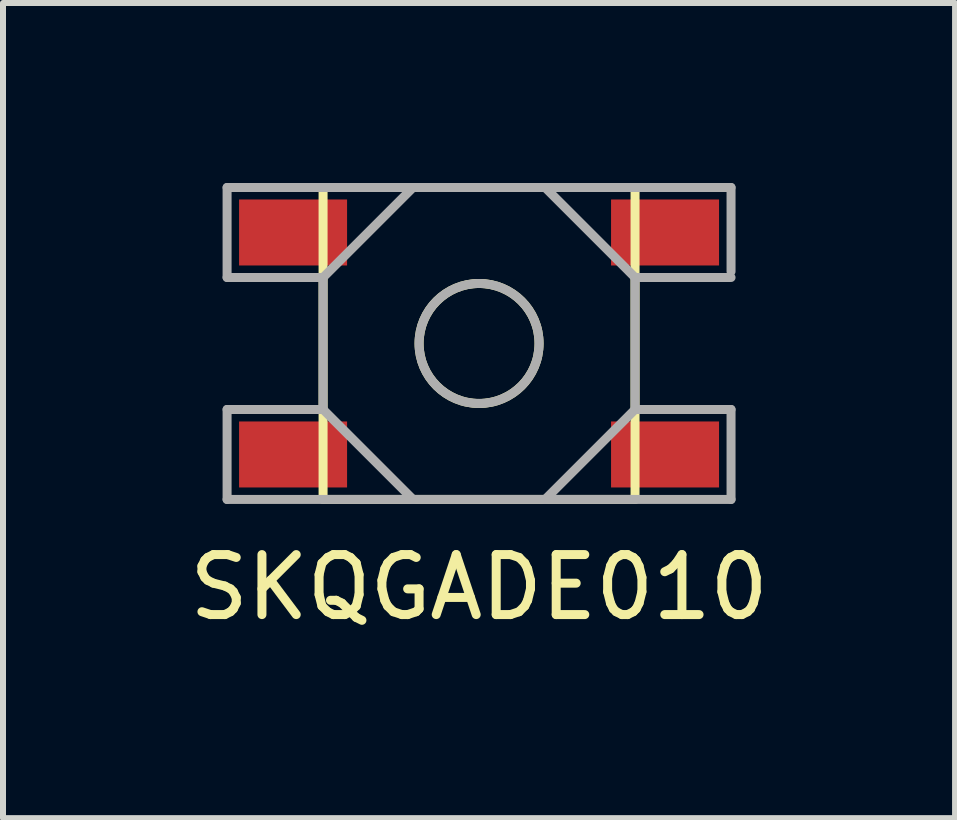
<source format=kicad_pcb>
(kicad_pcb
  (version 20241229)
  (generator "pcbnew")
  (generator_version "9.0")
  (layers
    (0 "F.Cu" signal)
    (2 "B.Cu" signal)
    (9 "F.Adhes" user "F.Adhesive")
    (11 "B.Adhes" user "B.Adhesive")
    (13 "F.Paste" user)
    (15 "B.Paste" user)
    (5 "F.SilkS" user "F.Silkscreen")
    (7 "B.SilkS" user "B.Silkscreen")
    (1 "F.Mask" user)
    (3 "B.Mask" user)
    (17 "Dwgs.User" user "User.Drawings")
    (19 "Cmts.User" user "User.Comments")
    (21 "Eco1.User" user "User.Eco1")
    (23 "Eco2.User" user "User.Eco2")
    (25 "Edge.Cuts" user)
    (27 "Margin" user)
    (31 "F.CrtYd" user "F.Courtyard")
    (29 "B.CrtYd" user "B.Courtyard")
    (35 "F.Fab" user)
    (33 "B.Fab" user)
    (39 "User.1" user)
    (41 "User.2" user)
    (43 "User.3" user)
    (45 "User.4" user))
  (footprint "SKQGADE010"
    (layer "F.Cu")
    (at 4.935 2.675)
    (property "Reference" "SKQGADE010" (at 0 4.064 0) (layer "F.SilkS") (effects (font (size 1 1) (thickness 0.15))))
    (attr through_hole)
    (fp_line (start -2.6 -2.6) (end 2.6 -2.6) (stroke (width 0.15) (type solid)) (layer "F.SilkS"))
    (fp_line (start -2.6 2.6) (end -2.6 -2.6) (stroke (width 0.15) (type solid)) (layer "F.SilkS"))
    (fp_line (start 2.6 -2.6) (end 2.6 2.6) (stroke (width 0.15) (type solid)) (layer "F.SilkS"))
    (fp_line (start 2.6 2.6) (end -2.6 2.6) (stroke (width 0.15) (type solid)) (layer "F.SilkS"))
    (fp_circle (center 0 0) (end 1 0) (stroke (width 0.15) (type solid)) (fill no) (layer "F.SilkS"))
    (fp_line (start -4.2 -2.6) (end 4.2 -2.6) (stroke (width 0.15) (type solid)) (layer "F.Fab"))
    (fp_line (start -4.2 -1.1) (end -4.2 -2.6) (stroke (width 0.15) (type solid)) (layer "F.Fab"))
    (fp_line (start -4.2 1.1) (end -2.6 1.1) (stroke (width 0.15) (type solid)) (layer "F.Fab"))
    (fp_line (start -4.2 2.6) (end -4.2 1.1) (stroke (width 0.15) (type solid)) (layer "F.Fab"))
    (fp_line (start -2.6 -1.1) (end -4.2 -1.1) (stroke (width 0.15) (type solid)) (layer "F.Fab"))
    (fp_line (start -2.6 -1.1) (end -1.1 -2.6) (stroke (width 0.15) (type solid)) (layer "F.Fab"))
    (fp_line (start -2.6 1.1) (end -2.6 -1.1) (stroke (width 0.15) (type solid)) (layer "F.Fab"))
    (fp_line (start -2.6 1.1) (end -1.1 2.6) (stroke (width 0.15) (type solid)) (layer "F.Fab"))
    (fp_line (start 2.6 -1.1) (end 1.1 -2.6) (stroke (width 0.15) (type solid)) (layer "F.Fab"))
    (fp_line (start 2.6 -1.1) (end 2.6 1.1) (stroke (width 0.15) (type solid)) (layer "F.Fab"))
    (fp_line (start 2.6 1.1) (end 1.1 2.6) (stroke (width 0.15) (type solid)) (layer "F.Fab"))
    (fp_line (start 2.6 1.1) (end 4.2 1.1) (stroke (width 0.15) (type solid)) (layer "F.Fab"))
    (fp_line (start 4.2 -2.6) (end 4.2 -1.2) (stroke (width 0.15) (type solid)) (layer "F.Fab"))
    (fp_line (start 4.2 -1.1) (end 2.6 -1.1) (stroke (width 0.15) (type solid)) (layer "F.Fab"))
    (fp_line (start 4.2 1.1) (end 4.2 2.6) (stroke (width 0.15) (type solid)) (layer "F.Fab"))
    (fp_line (start 4.2 2.6) (end -4.2 2.6) (stroke (width 0.15) (type solid)) (layer "F.Fab"))
    (fp_circle (center 0 0) (end 1 0) (stroke (width 0.15) (type solid)) (fill no) (layer "F.Fab"))
    (pad "1" smd rect (at 3.1 1.85) (size 1.8 1.1) (layers "F.Cu" "F.Mask" "F.Paste"))
    (pad "2" smd rect (at -3.1 -1.85) (size 1.8 1.1) (layers "F.Cu" "F.Mask" "F.Paste"))
    (pad "3" smd rect (at 3.1 -1.85) (size 1.8 1.1) (layers "F.Cu" "F.Mask" "F.Paste"))
    (pad "4" smd rect (at -3.1 1.85) (size 1.8 1.1) (layers "F.Cu" "F.Mask" "F.Paste")))
  (gr_rect
    (start -3 -3)
    (end 12.869 10.587)
    (stroke (width 0.1) (type default))
    (fill no)
    (layer "Edge.Cuts")))
</source>
